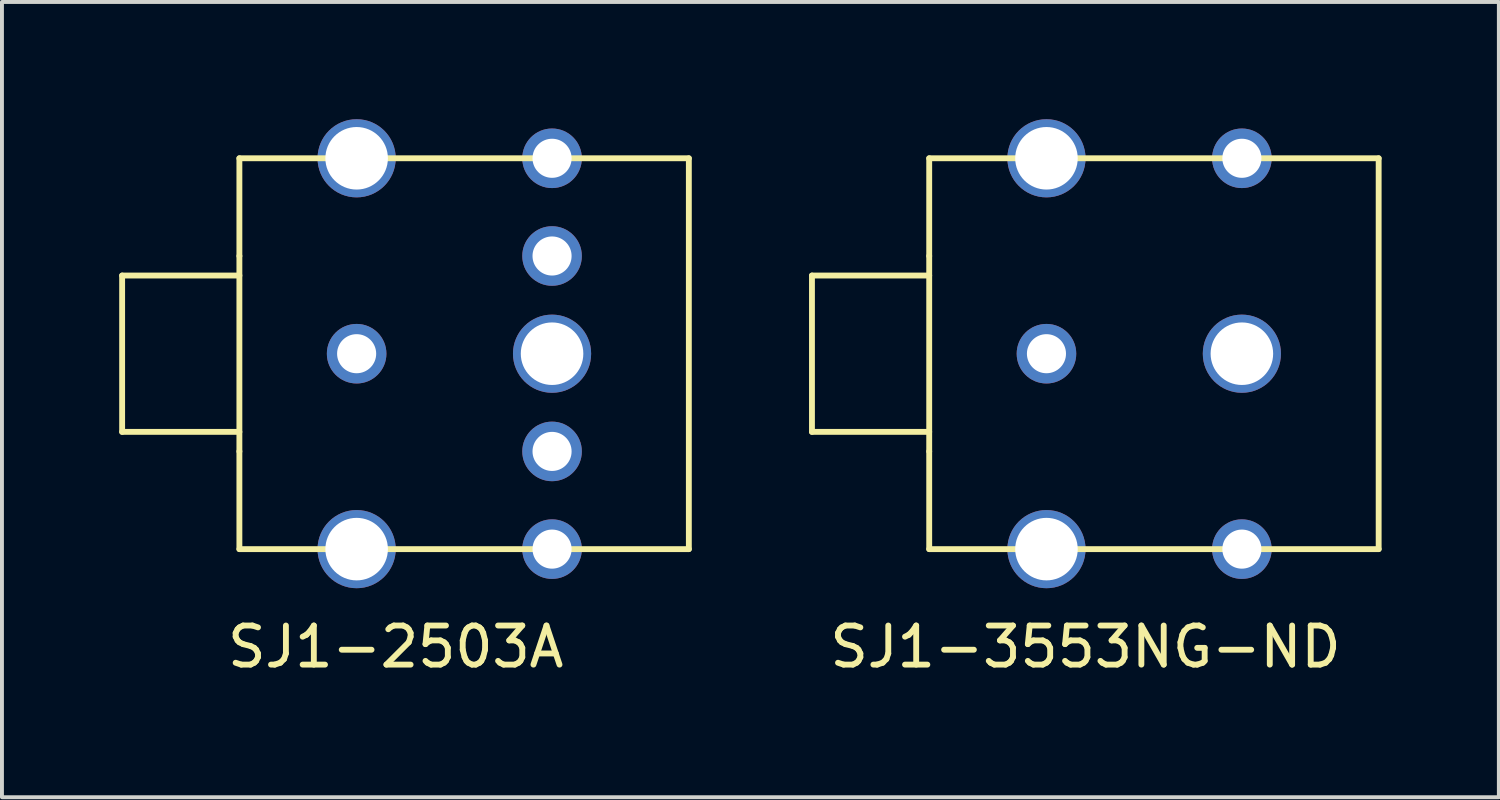
<source format=kicad_pcb>
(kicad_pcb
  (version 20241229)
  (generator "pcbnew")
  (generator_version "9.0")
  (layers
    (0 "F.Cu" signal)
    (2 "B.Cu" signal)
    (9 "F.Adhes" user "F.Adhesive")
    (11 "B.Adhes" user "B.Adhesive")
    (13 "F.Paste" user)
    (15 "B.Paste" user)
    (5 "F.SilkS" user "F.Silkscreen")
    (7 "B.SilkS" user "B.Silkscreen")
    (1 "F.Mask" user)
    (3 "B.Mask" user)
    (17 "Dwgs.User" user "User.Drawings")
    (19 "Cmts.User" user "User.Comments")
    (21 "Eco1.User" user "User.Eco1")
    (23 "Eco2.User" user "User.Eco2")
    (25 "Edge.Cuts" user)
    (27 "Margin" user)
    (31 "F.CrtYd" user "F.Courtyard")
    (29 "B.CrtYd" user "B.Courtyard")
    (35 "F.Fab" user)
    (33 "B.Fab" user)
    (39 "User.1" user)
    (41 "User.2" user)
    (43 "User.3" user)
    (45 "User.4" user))
  (footprint "SJ1-3553NG-ND"
    (layer "F.Cu")
    (at 24.725 13)
    (property "Reference" "SJ1-3553NG-ND" (at 0 0.5 0) (layer "F.SilkS") (effects (font (size 1 1) (thickness 0.15))))
    (attr through_hole)
    (fp_line (start -7 -9) (end -7 -5) (stroke (width 0.15) (type solid)) (layer "F.SilkS"))
    (fp_line (start -7 -5) (end -4 -5) (stroke (width 0.15) (type solid)) (layer "F.SilkS"))
    (fp_line (start -4 -12) (end -4 -9.5) (stroke (width 0.15) (type solid)) (layer "F.SilkS"))
    (fp_line (start -4 -9.5) (end -4 -4.5) (stroke (width 0.15) (type solid)) (layer "F.SilkS"))
    (fp_line (start -4 -9) (end -7 -9) (stroke (width 0.15) (type solid)) (layer "F.SilkS"))
    (fp_line (start -4 -2) (end -4 -4.5) (stroke (width 0.15) (type solid)) (layer "F.SilkS"))
    (fp_line (start 4 -12) (end -4 -12) (stroke (width 0.15) (type solid)) (layer "F.SilkS"))
    (fp_line (start 4 -12) (end 7.5 -12) (stroke (width 0.15) (type solid)) (layer "F.SilkS"))
    (fp_line (start 4 -2) (end -4 -2) (stroke (width 0.15) (type solid)) (layer "F.SilkS"))
    (fp_line (start 7.5 -12) (end 7.5 -2) (stroke (width 0.15) (type solid)) (layer "F.SilkS"))
    (fp_line (start 7.5 -2) (end 4 -2) (stroke (width 0.15) (type solid)) (layer "F.SilkS"))
    (pad "" np_thru_hole circle (at -1 -12) (size 2 2) (drill 1.6) (layers "*.Cu" "*.Mask"))
    (pad "" np_thru_hole circle (at -1 -2) (size 2 2) (drill 1.6) (layers "*.Cu" "*.Mask"))
    (pad "" np_thru_hole circle (at 4 -7) (size 2 2) (drill 1.6) (layers "*.Cu" "*.Mask"))
    (pad "1" thru_hole circle (at -1 -7) (size 1.524 1.524) (drill 1) (layers "*.Cu" "*.Mask"))
    (pad "2" thru_hole circle (at 4 -2) (size 1.524 1.524) (drill 1) (layers "*.Cu" "*.Mask"))
    (pad "3" thru_hole circle (at 4 -12) (size 1.524 1.524) (drill 1) (layers "*.Cu" "*.Mask")))
  (footprint "SJ1-2503A"
    (layer "F.Cu")
    (at 7.075 13)
    (property "Reference" "SJ1-2503A" (at 0 0.5 0) (layer "F.SilkS") (effects (font (size 1 1) (thickness 0.15))))
    (attr through_hole)
    (fp_line (start -7 -9) (end -7 -5) (stroke (width 0.15) (type solid)) (layer "F.SilkS"))
    (fp_line (start -7 -5) (end -4 -5) (stroke (width 0.15) (type solid)) (layer "F.SilkS"))
    (fp_line (start -4 -12) (end -4 -9.5) (stroke (width 0.15) (type solid)) (layer "F.SilkS"))
    (fp_line (start -4 -9.5) (end -4 -4.5) (stroke (width 0.15) (type solid)) (layer "F.SilkS"))
    (fp_line (start -4 -9) (end -7 -9) (stroke (width 0.15) (type solid)) (layer "F.SilkS"))
    (fp_line (start -4 -2) (end -4 -4.5) (stroke (width 0.15) (type solid)) (layer "F.SilkS"))
    (fp_line (start 4 -12) (end -4 -12) (stroke (width 0.15) (type solid)) (layer "F.SilkS"))
    (fp_line (start 4 -12) (end 7.5 -12) (stroke (width 0.15) (type solid)) (layer "F.SilkS"))
    (fp_line (start 4 -2) (end -4 -2) (stroke (width 0.15) (type solid)) (layer "F.SilkS"))
    (fp_line (start 7.5 -12) (end 7.5 -2) (stroke (width 0.15) (type solid)) (layer "F.SilkS"))
    (fp_line (start 7.5 -2) (end 4 -2) (stroke (width 0.15) (type solid)) (layer "F.SilkS"))
    (pad "" np_thru_hole circle (at -1 -12) (size 2 2) (drill 1.6) (layers "*.Cu" "*.Mask"))
    (pad "" np_thru_hole circle (at -1 -2) (size 2 2) (drill 1.6) (layers "*.Cu" "*.Mask"))
    (pad "" np_thru_hole circle (at 4 -7) (size 2 2) (drill 1.6) (layers "*.Cu" "*.Mask"))
    (pad "1" thru_hole circle (at -1 -7) (size 1.524 1.524) (drill 1) (layers "*.Cu" "*.Mask"))
    (pad "2" thru_hole circle (at 4 -2) (size 1.524 1.524) (drill 1) (layers "*.Cu" "*.Mask"))
    (pad "3" thru_hole circle (at 4 -12) (size 1.524 1.524) (drill 1) (layers "*.Cu" "*.Mask"))
    (pad "4" thru_hole circle (at 4 -4.5) (size 1.524 1.524) (drill 1) (layers "*.Cu" "*.Mask"))
    (pad "5" thru_hole circle (at 4 -9.5) (size 1.524 1.524) (drill 1) (layers "*.Cu" "*.Mask")))
  (gr_rect
    (start -3 -3)
    (end 35.3 17.348)
    (stroke (width 0.1) (type default))
    (fill no)
    (layer "Edge.Cuts")))
</source>
